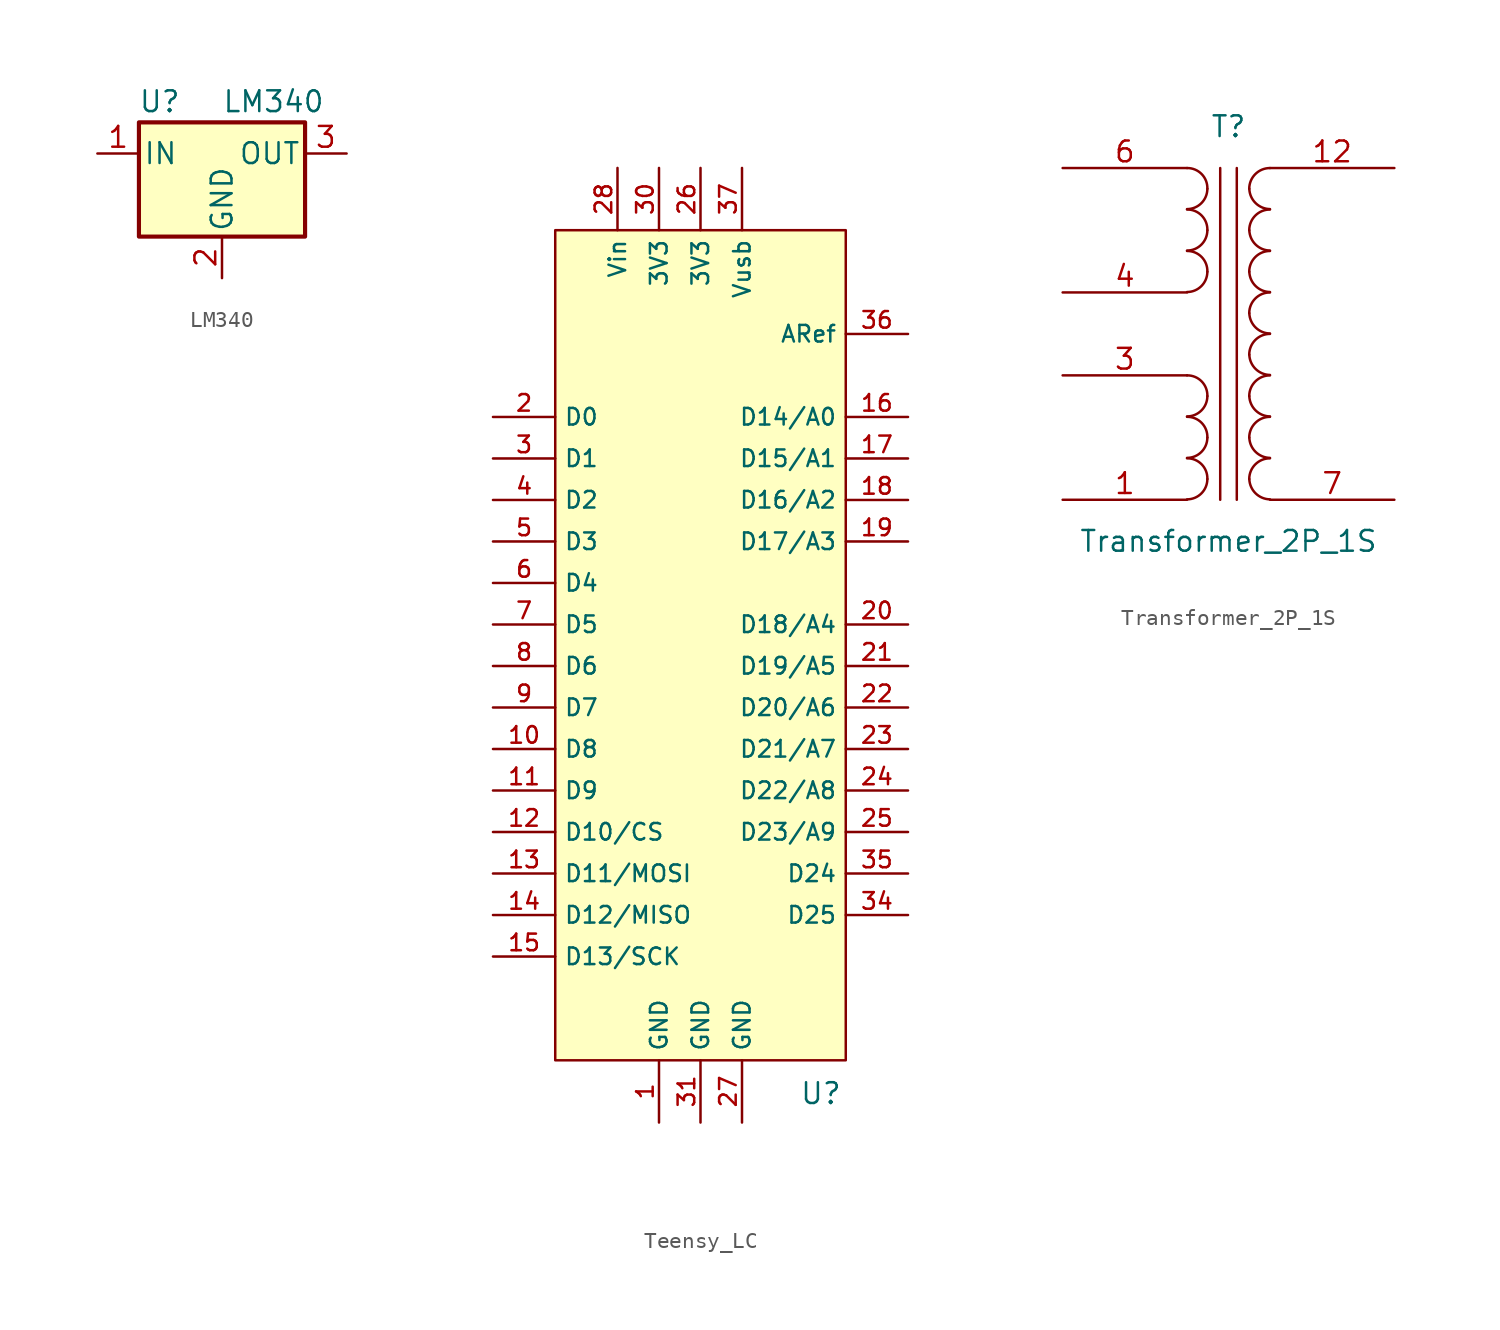
<source format=kicad_sym>
(kicad_symbol_lib
  (version 20231120)
  (generator "kicad_symbol_editor")
  (generator_version "8.0")
  (symbol "LM340"
    (pin_names
      (offset 0.254))
    (property "Reference" "U"
      (at -3.81 3.175 0)
      (effects (font (size 1.27 1.27))))
    (property "Value" "LM340"
      (at 0 3.175 0)
      (effects (font (size 1.27 1.27)) (justify left)))
    (symbol "LM340_0_1"
      (rectangle (start -5.08 1.905) (end 5.08 -5.08) (stroke (width 0.254) (type default)) (fill (type background))))
    (symbol "LM340_1_1"
      (pin power_in line (at -7.62 0 0) (length 2.54) (name "IN" (effects (font (size 1.27 1.27)))) (number "1" (effects (font (size 1.27 1.27)))))
      (pin power_in line (at 0 -7.62 90) (length 2.54) (name "GND" (effects (font (size 1.27 1.27)))) (number "2" (effects (font (size 1.27 1.27)))))
      (pin power_out line (at 7.62 0 180) (length 2.54) (name "OUT" (effects (font (size 1.27 1.27)))) (number "3" (effects (font (size 1.27 1.27)))))))
  (symbol "Teensy_LC"
    (property "Reference" "U"
      (at 7.366 -28.702 0)
      (effects (font (size 1.27 1.27))))
    (property "Value" ""
      (at 0 12.7 0)
      (effects (font (size 1.27 1.27))))
    (symbol "Teensy_LC_1_1"
      (rectangle (start -8.89 24.13) (end 8.89 -26.67) (stroke (width 0) (type default)) (fill (type background)))
      (pin passive line (at -2.54 -30.48 90) (length 3.81) (name "GND" (effects (font (size 1.016 1.016)))) (number "1" (effects (font (size 1.016 1.016)))))
      (pin bidirectional line (at -12.7 -7.62 0) (length 3.81) (name "D8" (effects (font (size 1.016 1.016)))) (number "10" (effects (font (size 1.016 1.016)))))
      (pin bidirectional line (at -12.7 -10.16 0) (length 3.81) (name "D9" (effects (font (size 1.016 1.016)))) (number "11" (effects (font (size 1.016 1.016)))))
      (pin bidirectional line (at -12.7 -12.7 0) (length 3.81) (name "D10/CS" (effects (font (size 1.016 1.016)))) (number "12" (effects (font (size 1.016 1.016)))))
      (pin bidirectional line (at -12.7 -15.24 0) (length 3.81) (name "D11/MOSI" (effects (font (size 1.016 1.016)))) (number "13" (effects (font (size 1.016 1.016)))))
      (pin bidirectional line (at -12.7 -17.78 0) (length 3.81) (name "D12/MISO" (effects (font (size 1.016 1.016)))) (number "14" (effects (font (size 1.016 1.016)))))
      (pin bidirectional line (at -12.7 -20.32 0) (length 3.81) (name "D13/SCK" (effects (font (size 1.016 1.016)))) (number "15" (effects (font (size 1.016 1.016)))))
      (pin bidirectional line (at 12.7 12.7 180) (length 3.81) (name "D14/A0" (effects (font (size 1.016 1.016)))) (number "16" (effects (font (size 1.016 1.016)))))
      (pin bidirectional line (at 12.7 10.16 180) (length 3.81) (name "D15/A1" (effects (font (size 1.016 1.016)))) (number "17" (effects (font (size 1.016 1.016)))))
      (pin bidirectional line (at 12.7 7.62 180) (length 3.81) (name "D16/A2" (effects (font (size 1.016 1.016)))) (number "18" (effects (font (size 1.016 1.016)))))
      (pin bidirectional line (at 12.7 5.08 180) (length 3.81) (name "D17/A3" (effects (font (size 1.016 1.016)))) (number "19" (effects (font (size 1.016 1.016)))))
      (pin bidirectional line (at -12.7 12.7 0) (length 3.81) (name "D0" (effects (font (size 1.016 1.016)))) (number "2" (effects (font (size 1.016 1.016)))))
      (pin bidirectional line (at 12.7 0 180) (length 3.81) (name "D18/A4" (effects (font (size 1.016 1.016)))) (number "20" (effects (font (size 1.016 1.016)))))
      (pin bidirectional line (at 12.7 -2.54 180) (length 3.81) (name "D19/A5" (effects (font (size 1.016 1.016)))) (number "21" (effects (font (size 1.016 1.016)))))
      (pin bidirectional line (at 12.7 -5.08 180) (length 3.81) (name "D20/A6" (effects (font (size 1.016 1.016)))) (number "22" (effects (font (size 1.016 1.016)))))
      (pin bidirectional line (at 12.7 -7.62 180) (length 3.81) (name "D21/A7" (effects (font (size 1.016 1.016)))) (number "23" (effects (font (size 1.016 1.016)))))
      (pin bidirectional line (at 12.7 -10.16 180) (length 3.81) (name "D22/A8" (effects (font (size 1.016 1.016)))) (number "24" (effects (font (size 1.016 1.016)))))
      (pin bidirectional line (at 12.7 -12.7 180) (length 3.81) (name "D23/A9" (effects (font (size 1.016 1.016)))) (number "25" (effects (font (size 1.016 1.016)))))
      (pin power_out line (at 0 27.94 270) (length 3.81) (name "3V3" (effects (font (size 1.016 1.016)))) (number "26" (effects (font (size 1.016 1.016)))))
      (pin passive line (at 2.54 -30.48 90) (length 3.81) (name "GND" (effects (font (size 1.016 1.016)))) (number "27" (effects (font (size 1.016 1.016)))))
      (pin power_in line (at -5.08 27.94 270) (length 3.81) (name "Vin" (effects (font (size 1.016 1.016)))) (number "28" (effects (font (size 1.016 1.016)))))
      (pin bidirectional line (at -12.7 10.16 0) (length 3.81) (name "D1" (effects (font (size 1.016 1.016)))) (number "3" (effects (font (size 1.016 1.016)))))
      (pin power_out line (at -2.54 27.94 270) (length 3.81) (name "3V3" (effects (font (size 1.016 1.016)))) (number "30" (effects (font (size 1.016 1.016)))))
      (pin passive line (at 0 -30.48 90) (length 3.81) (name "GND" (effects (font (size 1.016 1.016)))) (number "31" (effects (font (size 1.016 1.016)))))
      (pin bidirectional line (at 12.7 -17.78 180) (length 3.81) (name "D25" (effects (font (size 1.016 1.016)))) (number "34" (effects (font (size 1.016 1.016)))))
      (pin bidirectional line (at 12.7 -15.24 180) (length 3.81) (name "D24" (effects (font (size 1.016 1.016)))) (number "35" (effects (font (size 1.016 1.016)))))
      (pin passive line (at 12.7 17.78 180) (length 3.81) (name "ARef" (effects (font (size 1.016 1.016)))) (number "36" (effects (font (size 1.016 1.016)))))
      (pin bidirectional line (at 2.54 27.94 270) (length 3.81) (name "Vusb" (effects (font (size 1.016 1.016)))) (number "37" (effects (font (size 1.016 1.016)))))
      (pin bidirectional line (at -12.7 7.62 0) (length 3.81) (name "D2" (effects (font (size 1.016 1.016)))) (number "4" (effects (font (size 1.016 1.016)))))
      (pin bidirectional line (at -12.7 5.08 0) (length 3.81) (name "D3" (effects (font (size 1.016 1.016)))) (number "5" (effects (font (size 1.016 1.016)))))
      (pin bidirectional line (at -12.7 2.54 0) (length 3.81) (name "D4" (effects (font (size 1.016 1.016)))) (number "6" (effects (font (size 1.016 1.016)))))
      (pin bidirectional line (at -12.7 0 0) (length 3.81) (name "D5" (effects (font (size 1.016 1.016)))) (number "7" (effects (font (size 1.016 1.016)))))
      (pin bidirectional line (at -12.7 -2.54 0) (length 3.81) (name "D6" (effects (font (size 1.016 1.016)))) (number "8" (effects (font (size 1.016 1.016)))))
      (pin bidirectional line (at -12.7 -5.08 0) (length 3.81) (name "D7" (effects (font (size 1.016 1.016)))) (number "9" (effects (font (size 1.016 1.016)))))))
  (symbol "Transformer_2P_1S"
    (pin_names
      (offset 1.016) hide)
    (property "Reference" "T"
      (at 0 12.7 0)
      (effects (font (size 1.27 1.27))))
    (property "Value" "Transformer_2P_1S"
      (at 0 -12.7 0)
      (effects (font (size 1.27 1.27))))
    (symbol "Transformer_2P_1S_0_1"
      (arc (start -2.54 -10.1346) (mid -1.6599 -9.7701) (end -1.2954 -8.89) (stroke (width 0) (type default)) (fill (type none)))
      (arc (start -2.54 -7.5946) (mid -1.6599 -7.2301) (end -1.2954 -6.35) (stroke (width 0) (type default)) (fill (type none)))
      (arc (start -2.54 -5.0546) (mid -1.6599 -4.6901) (end -1.2954 -3.81) (stroke (width 0) (type default)) (fill (type none)))
      (arc (start -2.54 2.5654) (mid -1.6599 2.9299) (end -1.2954 3.81) (stroke (width 0) (type default)) (fill (type none)))
      (arc (start -2.54 5.1054) (mid -1.6599 5.4699) (end -1.2954 6.35) (stroke (width 0) (type default)) (fill (type none)))
      (arc (start -2.54 7.6454) (mid -1.6599 8.0099) (end -1.2954 8.89) (stroke (width 0) (type default)) (fill (type none)))
      (arc (start -1.2954 -8.89) (mid -1.6457 -7.9883) (end -2.54 -7.62) (stroke (width 0) (type default)) (fill (type none)))
      (arc (start -1.2954 -6.35) (mid -1.6457 -5.4483) (end -2.54 -5.08) (stroke (width 0) (type default)) (fill (type none)))
      (arc (start -1.2954 -3.81) (mid -1.6457 -2.9083) (end -2.54 -2.54) (stroke (width 0) (type default)) (fill (type none)))
      (arc (start -1.2954 3.81) (mid -1.6457 4.7117) (end -2.54 5.08) (stroke (width 0) (type default)) (fill (type none)))
      (arc (start -1.2954 6.35) (mid -1.6457 7.2517) (end -2.54 7.62) (stroke (width 0) (type default)) (fill (type none)))
      (arc (start -1.2954 8.89) (mid -1.6457 9.7917) (end -2.54 10.16) (stroke (width 0) (type default)) (fill (type none)))
      (polyline (pts (xy -0.508 10.16) (xy -0.508 -10.16)) (stroke (width 0) (type default)) (fill (type none)))
      (polyline (pts (xy 0.508 -10.16) (xy 0.508 10.16)) (stroke (width 0) (type default)) (fill (type none)))
      (arc (start 1.27 -8.89) (mid 1.656 -9.7664) (end 2.54 -10.1346) (stroke (width 0) (type default)) (fill (type none)))
      (arc (start 1.27 -6.35) (mid 1.656 -7.2264) (end 2.54 -7.5946) (stroke (width 0) (type default)) (fill (type none)))
      (arc (start 1.27 -3.81) (mid 1.656 -4.6864) (end 2.54 -5.0546) (stroke (width 0) (type default)) (fill (type none)))
      (arc (start 1.27 -1.27) (mid 1.656 -2.1464) (end 2.54 -2.5146) (stroke (width 0) (type default)) (fill (type none)))
      (arc (start 1.27 1.27) (mid 1.656 0.3936) (end 2.54 0.0254) (stroke (width 0) (type default)) (fill (type none)))
      (arc (start 1.27 3.81) (mid 1.656 2.9336) (end 2.54 2.5654) (stroke (width 0) (type default)) (fill (type none)))
      (arc (start 1.27 6.35) (mid 1.656 5.4736) (end 2.54 5.1054) (stroke (width 0) (type default)) (fill (type none)))
      (arc (start 1.27 8.89) (mid 1.656 8.0136) (end 2.54 7.6454) (stroke (width 0) (type default)) (fill (type none)))
      (arc (start 2.54 -7.62) (mid 1.642 -7.992) (end 1.27 -8.89) (stroke (width 0) (type default)) (fill (type none)))
      (arc (start 2.54 -5.08) (mid 1.642 -5.452) (end 1.27 -6.35) (stroke (width 0) (type default)) (fill (type none)))
      (arc (start 2.54 -2.54) (mid 1.642 -2.912) (end 1.27 -3.81) (stroke (width 0) (type default)) (fill (type none)))
      (arc (start 2.54 0) (mid 1.642 -0.372) (end 1.27 -1.27) (stroke (width 0) (type default)) (fill (type none)))
      (arc (start 2.54 2.54) (mid 1.642 2.168) (end 1.27 1.27) (stroke (width 0) (type default)) (fill (type none)))
      (arc (start 2.54 5.08) (mid 1.642 4.708) (end 1.27 3.81) (stroke (width 0) (type default)) (fill (type none)))
      (arc (start 2.54 7.62) (mid 1.642 7.248) (end 1.27 6.35) (stroke (width 0) (type default)) (fill (type none)))
      (arc (start 2.54 10.16) (mid 1.642 9.788) (end 1.27 8.89) (stroke (width 0) (type default)) (fill (type none))))
    (symbol "Transformer_2P_1S_1_1"
      (pin passive line (at -10.16 -10.16 0) (length 7.62) (name "PD" (effects (font (size 1.27 1.27)))) (number "1" (effects (font (size 1.27 1.27)))))
      (pin passive line (at 10.16 10.16 180) (length 7.62) (name "AA" (effects (font (size 1.27 1.27)))) (number "12" (effects (font (size 1.27 1.27)))))
      (pin passive line (at -10.16 -2.54 0) (length 7.62) (name "PC" (effects (font (size 1.27 1.27)))) (number "3" (effects (font (size 1.27 1.27)))))
      (pin passive line (at -10.16 2.54 0) (length 7.62) (name "PB" (effects (font (size 1.27 1.27)))) (number "4" (effects (font (size 1.27 1.27)))))
      (pin passive line (at -10.16 10.16 0) (length 7.62) (name "PA" (effects (font (size 1.27 1.27)))) (number "6" (effects (font (size 1.27 1.27)))))
      (pin passive line (at 10.16 -10.16 180) (length 7.62) (name "AB" (effects (font (size 1.27 1.27)))) (number "7" (effects (font (size 1.27 1.27))))))))
</source>
